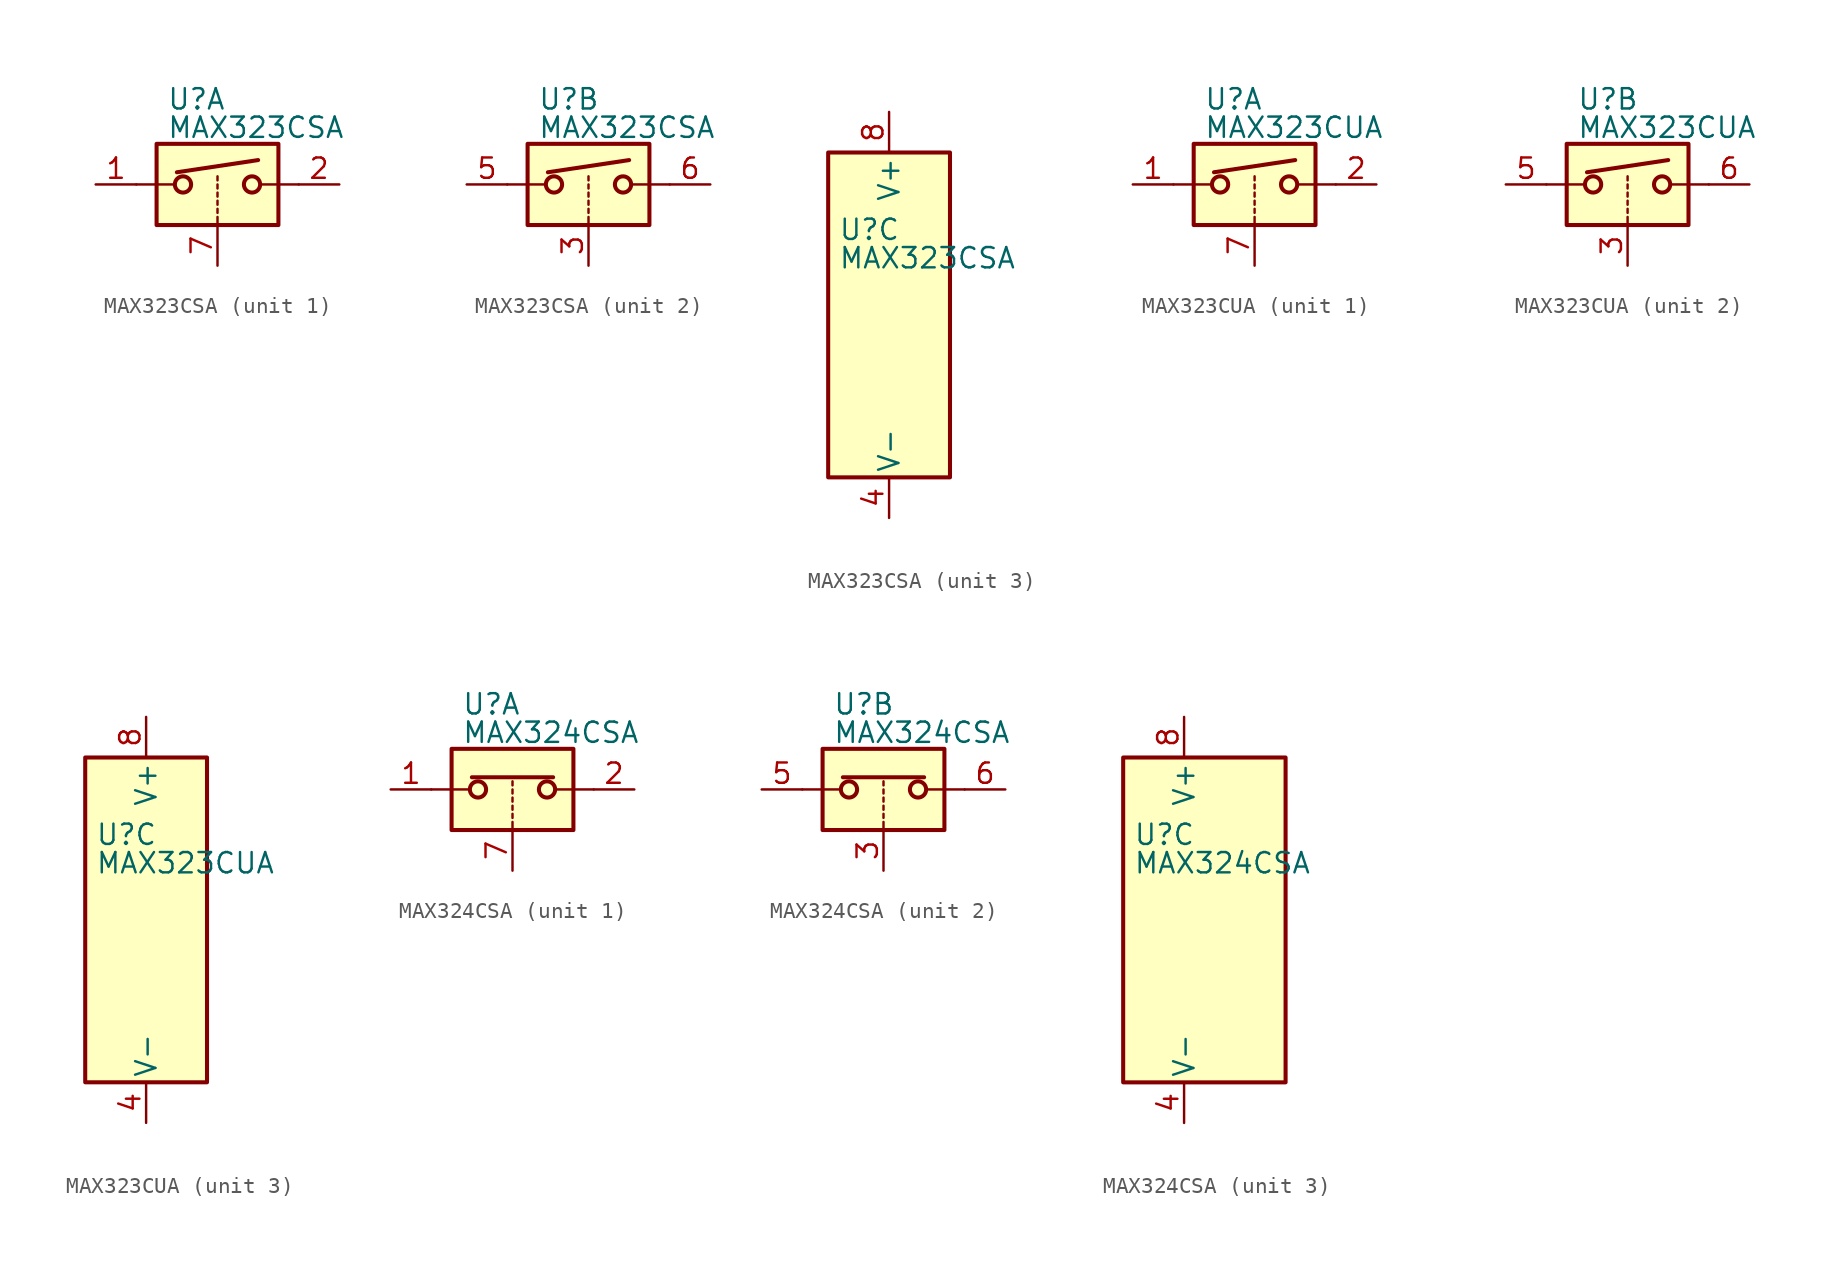
<source format=kicad_sym>
(kicad_symbol_lib
  (version 20201005)
  (generator kicad_symbol_editor)
  (symbol "MAX323CSA"
    (pin_names
      (offset 0.254))
    (property "Reference" "U"
      (at -3.175 5.334 0)
      (effects (font (size 1.27 1.27)) (justify left)))
    (property "Value" "MAX323CSA"
      (at -3.175 3.556 0)
      (effects (font (size 1.27 1.27)) (justify left)))
    (symbol "MAX323CSA_1_1"
      (circle (center -2.159 0) (radius 0.508) (stroke (width 0.254)) (fill (type none)))
      (circle (center 2.159 0) (radius 0.508) (stroke (width 0.254)) (fill (type none)))
      (rectangle (start -3.81 2.54) (end 3.81 -2.54) (stroke (width 0.254)) (fill (type background)))
      (polyline (pts (xy -5.08 0) (xy -2.794 0)) (stroke (width 0)) (fill (type none)))
      (polyline (pts (xy -2.54 0.762) (xy 2.54 1.524)) (stroke (width 0.254)) (fill (type none)))
      (polyline (pts (xy 0 -2.54) (xy 0 -2.032)) (stroke (width 0)) (fill (type none)))
      (polyline (pts (xy 0 -1.778) (xy 0 -1.524)) (stroke (width 0)) (fill (type none)))
      (polyline (pts (xy 0 -1.27) (xy 0 -1.016)) (stroke (width 0)) (fill (type none)))
      (polyline (pts (xy 0 -0.762) (xy 0 -0.508)) (stroke (width 0)) (fill (type none)))
      (polyline (pts (xy 0 -0.254) (xy 0 0)) (stroke (width 0)) (fill (type none)))
      (polyline (pts (xy 0 0.254) (xy 0 0.508)) (stroke (width 0)) (fill (type none)))
      (polyline (pts (xy 5.08 0) (xy 2.794 0)) (stroke (width 0)) (fill (type none)))
      (pin passive line (at -7.62 0 0) (length 2.54) (name "~" (effects (font (size 1.27 1.27)))) (number "1" (effects (font (size 1.27 1.27)))))
      (pin passive line (at 7.62 0 180) (length 2.54) (name "~" (effects (font (size 1.27 1.27)))) (number "2" (effects (font (size 1.27 1.27)))))
      (pin input line (at 0 -5.08 90) (length 2.54) (name "~" (effects (font (size 1.27 1.27)))) (number "7" (effects (font (size 1.27 1.27))))))
    (symbol "MAX323CSA_2_1"
      (circle (center -2.159 0) (radius 0.508) (stroke (width 0.254)) (fill (type none)))
      (circle (center 2.159 0) (radius 0.508) (stroke (width 0.254)) (fill (type none)))
      (rectangle (start -3.81 2.54) (end 3.81 -2.54) (stroke (width 0.254)) (fill (type background)))
      (polyline (pts (xy -5.08 0) (xy -2.794 0)) (stroke (width 0)) (fill (type none)))
      (polyline (pts (xy -2.54 0.762) (xy 2.54 1.524)) (stroke (width 0.254)) (fill (type none)))
      (polyline (pts (xy 0 -2.54) (xy 0 -2.032)) (stroke (width 0)) (fill (type none)))
      (polyline (pts (xy 0 -1.778) (xy 0 -1.524)) (stroke (width 0)) (fill (type none)))
      (polyline (pts (xy 0 -1.27) (xy 0 -1.016)) (stroke (width 0)) (fill (type none)))
      (polyline (pts (xy 0 -0.762) (xy 0 -0.508)) (stroke (width 0)) (fill (type none)))
      (polyline (pts (xy 0 -0.254) (xy 0 0)) (stroke (width 0)) (fill (type none)))
      (polyline (pts (xy 0 0.254) (xy 0 0.508)) (stroke (width 0)) (fill (type none)))
      (polyline (pts (xy 5.08 0) (xy 2.794 0)) (stroke (width 0)) (fill (type none)))
      (pin input line (at 0 -5.08 90) (length 2.54) (name "~" (effects (font (size 1.27 1.27)))) (number "3" (effects (font (size 1.27 1.27)))))
      (pin passive line (at -7.62 0 0) (length 2.54) (name "~" (effects (font (size 1.27 1.27)))) (number "5" (effects (font (size 1.27 1.27)))))
      (pin passive line (at 7.62 0 180) (length 2.54) (name "~" (effects (font (size 1.27 1.27)))) (number "6" (effects (font (size 1.27 1.27))))))
    (symbol "MAX323CSA_3_0"
      (pin power_in line (at 0 -12.7 90) (length 2.54) (name "V-" (effects (font (size 1.27 1.27)))) (number "4" (effects (font (size 1.27 1.27)))))
      (pin power_in line (at 0 12.7 270) (length 2.54) (name "V+" (effects (font (size 1.27 1.27)))) (number "8" (effects (font (size 1.27 1.27))))))
    (symbol "MAX323CSA_3_1"
      (rectangle (start -3.81 10.16) (end 3.81 -10.16) (stroke (width 0.254)) (fill (type background)))))
  (symbol "MAX323CUA"
    (pin_names
      (offset 0.254))
    (property "Reference" "U"
      (at -3.175 5.334 0)
      (effects (font (size 1.27 1.27)) (justify left)))
    (property "Value" "MAX323CUA"
      (at -3.175 3.556 0)
      (effects (font (size 1.27 1.27)) (justify left)))
    (symbol "MAX323CUA_1_1"
      (circle (center -2.159 0) (radius 0.508) (stroke (width 0.254)) (fill (type none)))
      (circle (center 2.159 0) (radius 0.508) (stroke (width 0.254)) (fill (type none)))
      (rectangle (start -3.81 2.54) (end 3.81 -2.54) (stroke (width 0.254)) (fill (type background)))
      (polyline (pts (xy -5.08 0) (xy -2.794 0)) (stroke (width 0)) (fill (type none)))
      (polyline (pts (xy -2.54 0.762) (xy 2.54 1.524)) (stroke (width 0.254)) (fill (type none)))
      (polyline (pts (xy 0 -2.54) (xy 0 -2.032)) (stroke (width 0)) (fill (type none)))
      (polyline (pts (xy 0 -1.778) (xy 0 -1.524)) (stroke (width 0)) (fill (type none)))
      (polyline (pts (xy 0 -1.27) (xy 0 -1.016)) (stroke (width 0)) (fill (type none)))
      (polyline (pts (xy 0 -0.762) (xy 0 -0.508)) (stroke (width 0)) (fill (type none)))
      (polyline (pts (xy 0 -0.254) (xy 0 0)) (stroke (width 0)) (fill (type none)))
      (polyline (pts (xy 0 0.254) (xy 0 0.508)) (stroke (width 0)) (fill (type none)))
      (polyline (pts (xy 5.08 0) (xy 2.794 0)) (stroke (width 0)) (fill (type none)))
      (pin passive line (at -7.62 0 0) (length 2.54) (name "~" (effects (font (size 1.27 1.27)))) (number "1" (effects (font (size 1.27 1.27)))))
      (pin passive line (at 7.62 0 180) (length 2.54) (name "~" (effects (font (size 1.27 1.27)))) (number "2" (effects (font (size 1.27 1.27)))))
      (pin input line (at 0 -5.08 90) (length 2.54) (name "~" (effects (font (size 1.27 1.27)))) (number "7" (effects (font (size 1.27 1.27))))))
    (symbol "MAX323CUA_2_1"
      (circle (center -2.159 0) (radius 0.508) (stroke (width 0.254)) (fill (type none)))
      (circle (center 2.159 0) (radius 0.508) (stroke (width 0.254)) (fill (type none)))
      (rectangle (start -3.81 2.54) (end 3.81 -2.54) (stroke (width 0.254)) (fill (type background)))
      (polyline (pts (xy -5.08 0) (xy -2.794 0)) (stroke (width 0)) (fill (type none)))
      (polyline (pts (xy -2.54 0.762) (xy 2.54 1.524)) (stroke (width 0.254)) (fill (type none)))
      (polyline (pts (xy 0 -2.54) (xy 0 -2.032)) (stroke (width 0)) (fill (type none)))
      (polyline (pts (xy 0 -1.778) (xy 0 -1.524)) (stroke (width 0)) (fill (type none)))
      (polyline (pts (xy 0 -1.27) (xy 0 -1.016)) (stroke (width 0)) (fill (type none)))
      (polyline (pts (xy 0 -0.762) (xy 0 -0.508)) (stroke (width 0)) (fill (type none)))
      (polyline (pts (xy 0 -0.254) (xy 0 0)) (stroke (width 0)) (fill (type none)))
      (polyline (pts (xy 0 0.254) (xy 0 0.508)) (stroke (width 0)) (fill (type none)))
      (polyline (pts (xy 5.08 0) (xy 2.794 0)) (stroke (width 0)) (fill (type none)))
      (pin input line (at 0 -5.08 90) (length 2.54) (name "~" (effects (font (size 1.27 1.27)))) (number "3" (effects (font (size 1.27 1.27)))))
      (pin passive line (at -7.62 0 0) (length 2.54) (name "~" (effects (font (size 1.27 1.27)))) (number "5" (effects (font (size 1.27 1.27)))))
      (pin passive line (at 7.62 0 180) (length 2.54) (name "~" (effects (font (size 1.27 1.27)))) (number "6" (effects (font (size 1.27 1.27))))))
    (symbol "MAX323CUA_3_0"
      (pin power_in line (at 0 -12.7 90) (length 2.54) (name "V-" (effects (font (size 1.27 1.27)))) (number "4" (effects (font (size 1.27 1.27)))))
      (pin power_in line (at 0 12.7 270) (length 2.54) (name "V+" (effects (font (size 1.27 1.27)))) (number "8" (effects (font (size 1.27 1.27))))))
    (symbol "MAX323CUA_3_1"
      (rectangle (start -3.81 10.16) (end 3.81 -10.16) (stroke (width 0.254)) (fill (type background)))))
  (symbol "MAX324CSA"
    (pin_names
      (offset 0.254))
    (property "Reference" "U"
      (at -3.175 5.334 0)
      (effects (font (size 1.27 1.27)) (justify left)))
    (property "Value" "MAX324CSA"
      (at -3.175 3.556 0)
      (effects (font (size 1.27 1.27)) (justify left)))
    (symbol "MAX324CSA_1_1"
      (circle (center -2.159 0) (radius 0.508) (stroke (width 0.254)) (fill (type none)))
      (circle (center 2.159 0) (radius 0.508) (stroke (width 0.254)) (fill (type none)))
      (rectangle (start -3.81 2.54) (end 3.81 -2.54) (stroke (width 0.254)) (fill (type background)))
      (polyline (pts (xy -5.08 0) (xy -2.794 0)) (stroke (width 0)) (fill (type none)))
      (polyline (pts (xy -2.54 0.762) (xy 2.54 0.762)) (stroke (width 0.254)) (fill (type none)))
      (polyline (pts (xy 0 -2.54) (xy 0 -2.032)) (stroke (width 0)) (fill (type none)))
      (polyline (pts (xy 0 -1.778) (xy 0 -1.524)) (stroke (width 0)) (fill (type none)))
      (polyline (pts (xy 0 -1.27) (xy 0 -1.016)) (stroke (width 0)) (fill (type none)))
      (polyline (pts (xy 0 -0.762) (xy 0 -0.508)) (stroke (width 0)) (fill (type none)))
      (polyline (pts (xy 0 -0.254) (xy 0 0)) (stroke (width 0)) (fill (type none)))
      (polyline (pts (xy 0 0.254) (xy 0 0.508)) (stroke (width 0)) (fill (type none)))
      (polyline (pts (xy 5.08 0) (xy 2.794 0)) (stroke (width 0)) (fill (type none)))
      (pin passive line (at -7.62 0 0) (length 2.54) (name "~" (effects (font (size 1.27 1.27)))) (number "1" (effects (font (size 1.27 1.27)))))
      (pin passive line (at 7.62 0 180) (length 2.54) (name "~" (effects (font (size 1.27 1.27)))) (number "2" (effects (font (size 1.27 1.27)))))
      (pin input line (at 0 -5.08 90) (length 2.54) (name "~" (effects (font (size 1.27 1.27)))) (number "7" (effects (font (size 1.27 1.27))))))
    (symbol "MAX324CSA_2_1"
      (circle (center -2.159 0) (radius 0.508) (stroke (width 0.254)) (fill (type none)))
      (circle (center 2.159 0) (radius 0.508) (stroke (width 0.254)) (fill (type none)))
      (rectangle (start -3.81 2.54) (end 3.81 -2.54) (stroke (width 0.254)) (fill (type background)))
      (polyline (pts (xy -5.08 0) (xy -2.794 0)) (stroke (width 0)) (fill (type none)))
      (polyline (pts (xy -2.54 0.762) (xy 2.54 0.762)) (stroke (width 0.254)) (fill (type none)))
      (polyline (pts (xy 0 -2.54) (xy 0 -2.032)) (stroke (width 0)) (fill (type none)))
      (polyline (pts (xy 0 -1.778) (xy 0 -1.524)) (stroke (width 0)) (fill (type none)))
      (polyline (pts (xy 0 -1.27) (xy 0 -1.016)) (stroke (width 0)) (fill (type none)))
      (polyline (pts (xy 0 -0.762) (xy 0 -0.508)) (stroke (width 0)) (fill (type none)))
      (polyline (pts (xy 0 -0.254) (xy 0 0)) (stroke (width 0)) (fill (type none)))
      (polyline (pts (xy 0 0.254) (xy 0 0.508)) (stroke (width 0)) (fill (type none)))
      (polyline (pts (xy 5.08 0) (xy 2.794 0)) (stroke (width 0)) (fill (type none)))
      (pin input line (at 0 -5.08 90) (length 2.54) (name "~" (effects (font (size 1.27 1.27)))) (number "3" (effects (font (size 1.27 1.27)))))
      (pin passive line (at -7.62 0 0) (length 2.54) (name "~" (effects (font (size 1.27 1.27)))) (number "5" (effects (font (size 1.27 1.27)))))
      (pin passive line (at 7.62 0 180) (length 2.54) (name "~" (effects (font (size 1.27 1.27)))) (number "6" (effects (font (size 1.27 1.27))))))
    (symbol "MAX324CSA_3_0"
      (pin power_in line (at 0 -12.7 90) (length 2.54) (name "V-" (effects (font (size 1.27 1.27)))) (number "4" (effects (font (size 1.27 1.27)))))
      (pin power_in line (at 0 12.7 270) (length 2.54) (name "V+" (effects (font (size 1.27 1.27)))) (number "8" (effects (font (size 1.27 1.27))))))
    (symbol "MAX324CSA_3_1"
      (rectangle (start -3.81 10.16) (end 6.35 -10.16) (stroke (width 0.254)) (fill (type background))))))
</source>
